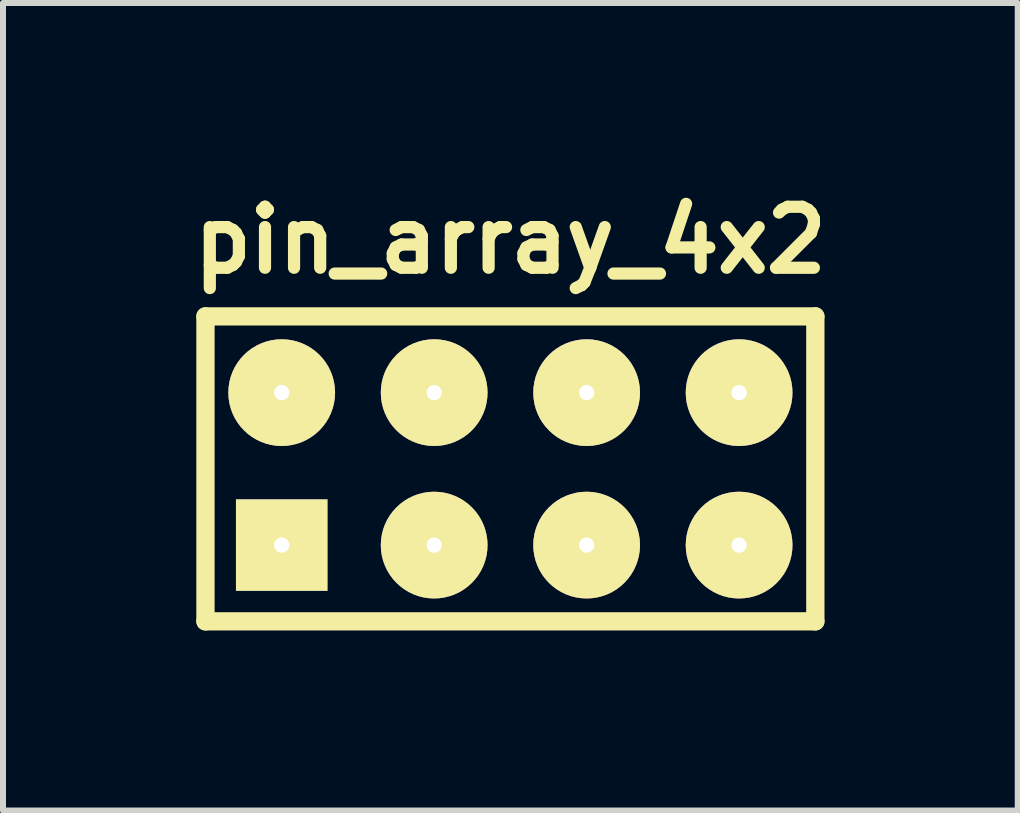
<source format=kicad_pcb>
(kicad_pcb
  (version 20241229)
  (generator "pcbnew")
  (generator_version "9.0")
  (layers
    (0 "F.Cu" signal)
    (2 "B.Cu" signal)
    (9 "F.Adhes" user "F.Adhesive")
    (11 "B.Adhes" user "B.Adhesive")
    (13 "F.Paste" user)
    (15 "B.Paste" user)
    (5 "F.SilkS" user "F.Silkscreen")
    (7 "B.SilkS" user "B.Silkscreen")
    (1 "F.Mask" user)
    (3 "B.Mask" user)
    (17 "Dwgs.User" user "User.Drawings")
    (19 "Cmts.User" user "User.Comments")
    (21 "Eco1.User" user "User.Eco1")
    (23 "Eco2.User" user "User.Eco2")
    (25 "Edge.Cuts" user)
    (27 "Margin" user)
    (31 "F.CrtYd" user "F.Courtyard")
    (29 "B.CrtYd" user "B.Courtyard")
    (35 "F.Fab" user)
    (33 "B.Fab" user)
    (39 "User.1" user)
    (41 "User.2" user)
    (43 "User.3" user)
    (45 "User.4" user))
  (footprint "pin_array_4x2"
    (layer "F.Cu")
    (at 5.453 4.761)
    (property "Reference" "pin_array_4x2" (at 0 -3.81 0) (layer "F.SilkS") (effects (font (size 1.016 1.016) (thickness 0.203))))
    (attr through_hole)
    (fp_line (start -5.08 -2.54) (end 5.08 -2.54) (stroke (width 0.305) (type solid)) (layer "F.SilkS"))
    (fp_line (start -5.08 2.54) (end -5.08 -2.54) (stroke (width 0.305) (type solid)) (layer "F.SilkS"))
    (fp_line (start 5.08 -2.54) (end 5.08 2.54) (stroke (width 0.305) (type solid)) (layer "F.SilkS"))
    (fp_line (start 5.08 2.54) (end -5.08 2.54) (stroke (width 0.305) (type solid)) (layer "F.SilkS"))
    (pad "1" thru_hole rect (at -3.81 1.27) (size 1.524 1.524) (drill 0.254) (layers "*.Cu" "*.Mask" "F.SilkS"))
    (pad "2" thru_hole circle (at -3.81 -1.27) (size 1.778 1.778) (drill 0.254) (layers "*.Cu" "*.Mask" "F.SilkS"))
    (pad "3" thru_hole circle (at -1.27 1.27) (size 1.778 1.778) (drill 0.254) (layers "*.Cu" "*.Mask" "F.SilkS"))
    (pad "4" thru_hole circle (at -1.27 -1.27) (size 1.778 1.778) (drill 0.254) (layers "*.Cu" "*.Mask" "F.SilkS"))
    (pad "5" thru_hole circle (at 1.27 1.27) (size 1.778 1.778) (drill 0.254) (layers "*.Cu" "*.Mask" "F.SilkS"))
    (pad "6" thru_hole circle (at 1.27 -1.27) (size 1.778 1.778) (drill 0.254) (layers "*.Cu" "*.Mask" "F.SilkS"))
    (pad "7" thru_hole circle (at 3.81 1.27) (size 1.778 1.778) (drill 0.254) (layers "*.Cu" "*.Mask" "F.SilkS"))
    (pad "8" thru_hole circle (at 3.81 -1.27) (size 1.778 1.778) (drill 0.254) (layers "*.Cu" "*.Mask" "F.SilkS")))
  (gr_rect
    (start -3 -3)
    (end 13.905 10.453)
    (stroke (width 0.1) (type default))
    (fill no)
    (layer "Edge.Cuts")))
</source>
